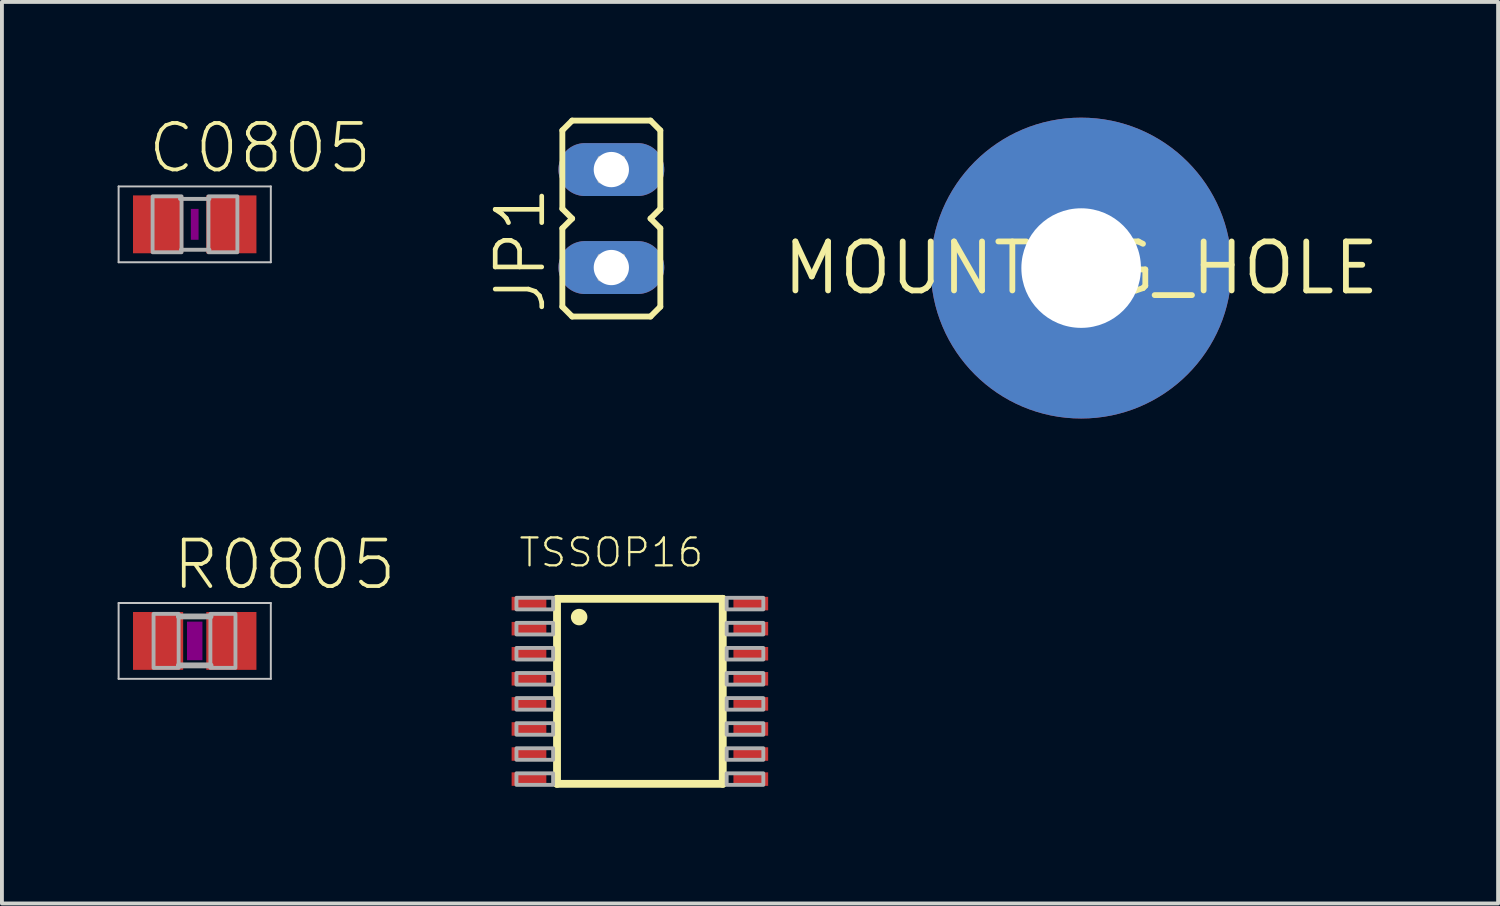
<source format=kicad_pcb>
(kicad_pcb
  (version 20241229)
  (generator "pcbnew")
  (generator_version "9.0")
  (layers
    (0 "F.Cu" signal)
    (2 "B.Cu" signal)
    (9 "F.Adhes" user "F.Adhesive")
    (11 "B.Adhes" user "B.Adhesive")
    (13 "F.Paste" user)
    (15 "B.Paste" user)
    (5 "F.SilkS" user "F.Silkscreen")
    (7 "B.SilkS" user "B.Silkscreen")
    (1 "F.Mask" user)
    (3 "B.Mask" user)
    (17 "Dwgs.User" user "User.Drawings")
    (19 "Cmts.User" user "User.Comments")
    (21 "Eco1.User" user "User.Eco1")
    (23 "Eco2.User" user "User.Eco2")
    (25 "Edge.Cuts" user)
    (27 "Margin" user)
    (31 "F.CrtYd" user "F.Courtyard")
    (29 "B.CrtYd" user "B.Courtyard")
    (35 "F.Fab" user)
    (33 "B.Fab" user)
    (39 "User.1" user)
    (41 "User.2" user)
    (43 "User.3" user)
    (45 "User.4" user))
  (footprint "JP1"
    (layer "F.Cu")
    (at 12.799 2.616)
    (property "Reference" "JP1" (at -1.651 2.54 270) (layer "F.SilkS") (effects (font (size 1.206 1.206) (thickness 0.121)) (justify left bottom)))
    (attr through_hole)
    (fp_line (start -1.27 -2.286) (end -1.27 -0.254) (stroke (width 0.152) (type solid)) (layer "F.SilkS"))
    (fp_line (start -1.27 -2.286) (end -1.016 -2.54) (stroke (width 0.152) (type solid)) (layer "F.SilkS"))
    (fp_line (start -1.27 0.254) (end -1.27 2.286) (stroke (width 0.152) (type solid)) (layer "F.SilkS"))
    (fp_line (start -1.016 0) (end -1.27 -0.254) (stroke (width 0.152) (type solid)) (layer "F.SilkS"))
    (fp_line (start -1.016 0) (end -1.27 0.254) (stroke (width 0.152) (type solid)) (layer "F.SilkS"))
    (fp_line (start -1.016 2.54) (end -1.27 2.286) (stroke (width 0.152) (type solid)) (layer "F.SilkS"))
    (fp_line (start -1.016 2.54) (end 1.016 2.54) (stroke (width 0.152) (type solid)) (layer "F.SilkS"))
    (fp_line (start 1.016 -2.54) (end -1.016 -2.54) (stroke (width 0.152) (type solid)) (layer "F.SilkS"))
    (fp_line (start 1.016 0) (end 1.27 -0.254) (stroke (width 0.152) (type solid)) (layer "F.SilkS"))
    (fp_line (start 1.016 0) (end 1.27 0.254) (stroke (width 0.152) (type solid)) (layer "F.SilkS"))
    (fp_line (start 1.016 2.54) (end 1.27 2.286) (stroke (width 0.152) (type solid)) (layer "F.SilkS"))
    (fp_line (start 1.27 -2.286) (end 1.016 -2.54) (stroke (width 0.152) (type solid)) (layer "F.SilkS"))
    (fp_line (start 1.27 -2.286) (end 1.27 -0.254) (stroke (width 0.152) (type solid)) (layer "F.SilkS"))
    (fp_line (start 1.27 0.254) (end 1.27 2.286) (stroke (width 0.152) (type solid)) (layer "F.SilkS"))
    (fp_poly (pts (xy -0.305 -0.965) (xy 0.305 -0.965) (xy 0.305 -1.575) (xy -0.305 -1.575)) (stroke (width 0.1) (type solid)) (fill no) (layer "F.Fab"))
    (fp_poly (pts (xy -0.305 1.575) (xy 0.305 1.575) (xy 0.305 0.965) (xy -0.305 0.965)) (stroke (width 0.1) (type solid)) (fill no) (layer "F.Fab"))
    (pad "1" thru_hole oval (at 0 1.27) (size 2.743 1.372) (drill 0.914) (layers "*.Cu" "*.Mask"))
    (pad "2" thru_hole oval (at 0 -1.27) (size 2.743 1.372) (drill 0.914) (layers "*.Cu" "*.Mask")))
  (footprint "R0805"
    (layer "F.Cu")
    (at 1.998 13.566)
    (property "Reference" "R0805" (at -0.635 -1.27 180) (layer "F.SilkS") (effects (font (size 1.206 1.206) (thickness 0.097)) (justify left bottom)))
    (attr through_hole)
    (fp_poly (pts (xy -0.2 0.5) (xy 0.2 0.5) (xy 0.2 -0.5) (xy -0.2 -0.5)) (stroke (width 0) (type solid)) (fill yes) (layer "F.Adhes"))
    (fp_line (start -1.973 -0.983) (end 1.973 -0.983) (stroke (width 0.051) (type solid)) (layer "Dwgs.User"))
    (fp_line (start -1.973 0.983) (end -1.973 -0.983) (stroke (width 0.051) (type solid)) (layer "Dwgs.User"))
    (fp_line (start 1.973 -0.983) (end 1.973 0.983) (stroke (width 0.051) (type solid)) (layer "Dwgs.User"))
    (fp_line (start 1.973 0.983) (end -1.973 0.983) (stroke (width 0.051) (type solid)) (layer "Dwgs.User"))
    (fp_line (start -0.41 -0.635) (end 0.41 -0.635) (stroke (width 0.152) (type solid)) (layer "F.Fab"))
    (fp_line (start -0.41 0.635) (end 0.41 0.635) (stroke (width 0.152) (type solid)) (layer "F.Fab"))
    (fp_poly (pts (xy -1.067 0.699) (xy -0.417 0.699) (xy -0.417 -0.702) (xy -1.067 -0.702)) (stroke (width 0.1) (type solid)) (fill no) (layer "F.Fab"))
    (fp_poly (pts (xy 0.406 0.699) (xy 1.056 0.699) (xy 1.056 -0.702) (xy 0.406 -0.702)) (stroke (width 0.1) (type solid)) (fill no) (layer "F.Fab"))
    (pad "1" smd rect (at -0.95 0) (size 1.3 1.5) (layers "F.Cu" "F.Mask" "F.Paste"))
    (pad "2" smd rect (at 0.95 0) (size 1.3 1.5) (layers "F.Cu" "F.Mask" "F.Paste")))
  (footprint "TSSOP16"
    (layer "F.Cu")
    (at 13.539 14.873)
    (property "Reference" "TSSOP16" (at -3.175 -3.175 180) (layer "F.SilkS") (effects (font (size 0.724 0.724) (thickness 0.058)) (justify left bottom)))
    (attr through_hole)
    (fp_line (start -2.148 -2.398) (end -2.148 2.398) (stroke (width 0.203) (type solid)) (layer "F.SilkS"))
    (fp_line (start -2.148 2.398) (end 2.148 2.398) (stroke (width 0.203) (type solid)) (layer "F.SilkS"))
    (fp_line (start 2.148 -2.398) (end -2.148 -2.398) (stroke (width 0.203) (type solid)) (layer "F.SilkS"))
    (fp_line (start 2.148 2.398) (end 2.148 -2.398) (stroke (width 0.203) (type solid)) (layer "F.SilkS"))
    (fp_circle (center -1.575 -1.925) (end -1.468 -1.925) (stroke (width 0.214) (type solid)) (fill no) (layer "F.SilkS"))
    (fp_poly (pts (xy -3.2 -2.125) (xy -2.25 -2.125) (xy -2.25 -2.425) (xy -3.2 -2.425)) (stroke (width 0.1) (type solid)) (fill no) (layer "F.Fab"))
    (fp_poly (pts (xy -3.2 -1.475) (xy -2.25 -1.475) (xy -2.25 -1.775) (xy -3.2 -1.775)) (stroke (width 0.1) (type solid)) (fill no) (layer "F.Fab"))
    (fp_poly (pts (xy -3.2 -0.825) (xy -2.25 -0.825) (xy -2.25 -1.125) (xy -3.2 -1.125)) (stroke (width 0.1) (type solid)) (fill no) (layer "F.Fab"))
    (fp_poly (pts (xy -3.2 -0.175) (xy -2.25 -0.175) (xy -2.25 -0.475) (xy -3.2 -0.475)) (stroke (width 0.1) (type solid)) (fill no) (layer "F.Fab"))
    (fp_poly (pts (xy -3.2 0.475) (xy -2.25 0.475) (xy -2.25 0.175) (xy -3.2 0.175)) (stroke (width 0.1) (type solid)) (fill no) (layer "F.Fab"))
    (fp_poly (pts (xy -3.2 1.125) (xy -2.25 1.125) (xy -2.25 0.825) (xy -3.2 0.825)) (stroke (width 0.1) (type solid)) (fill no) (layer "F.Fab"))
    (fp_poly (pts (xy -3.2 1.775) (xy -2.25 1.775) (xy -2.25 1.475) (xy -3.2 1.475)) (stroke (width 0.1) (type solid)) (fill no) (layer "F.Fab"))
    (fp_poly (pts (xy -3.2 2.425) (xy -2.25 2.425) (xy -2.25 2.125) (xy -3.2 2.125)) (stroke (width 0.1) (type solid)) (fill no) (layer "F.Fab"))
    (fp_poly (pts (xy 3.2 -2.425) (xy 2.25 -2.425) (xy 2.25 -2.125) (xy 3.2 -2.125)) (stroke (width 0.1) (type solid)) (fill no) (layer "F.Fab"))
    (fp_poly (pts (xy 3.2 -1.775) (xy 2.25 -1.775) (xy 2.25 -1.475) (xy 3.2 -1.475)) (stroke (width 0.1) (type solid)) (fill no) (layer "F.Fab"))
    (fp_poly (pts (xy 3.2 -1.125) (xy 2.25 -1.125) (xy 2.25 -0.825) (xy 3.2 -0.825)) (stroke (width 0.1) (type solid)) (fill no) (layer "F.Fab"))
    (fp_poly (pts (xy 3.2 -0.475) (xy 2.25 -0.475) (xy 2.25 -0.175) (xy 3.2 -0.175)) (stroke (width 0.1) (type solid)) (fill no) (layer "F.Fab"))
    (fp_poly (pts (xy 3.2 0.175) (xy 2.25 0.175) (xy 2.25 0.475) (xy 3.2 0.475)) (stroke (width 0.1) (type solid)) (fill no) (layer "F.Fab"))
    (fp_poly (pts (xy 3.2 0.825) (xy 2.25 0.825) (xy 2.25 1.125) (xy 3.2 1.125)) (stroke (width 0.1) (type solid)) (fill no) (layer "F.Fab"))
    (fp_poly (pts (xy 3.2 1.475) (xy 2.25 1.475) (xy 2.25 1.775) (xy 3.2 1.775)) (stroke (width 0.1) (type solid)) (fill no) (layer "F.Fab"))
    (fp_poly (pts (xy 3.2 2.125) (xy 2.25 2.125) (xy 2.25 2.425) (xy 3.2 2.425)) (stroke (width 0.1) (type solid)) (fill no) (layer "F.Fab"))
    (pad "1" smd rect (at -2.875 -2.275) (size 0.9 0.35) (layers "F.Cu" "F.Mask" "F.Paste"))
    (pad "2" smd rect (at -2.875 -1.625) (size 0.9 0.35) (layers "F.Cu" "F.Mask" "F.Paste"))
    (pad "3" smd rect (at -2.875 -0.975) (size 0.9 0.35) (layers "F.Cu" "F.Mask" "F.Paste"))
    (pad "4" smd rect (at -2.875 -0.325) (size 0.9 0.35) (layers "F.Cu" "F.Mask" "F.Paste"))
    (pad "5" smd rect (at -2.875 0.325) (size 0.9 0.35) (layers "F.Cu" "F.Mask" "F.Paste"))
    (pad "6" smd rect (at -2.875 0.975) (size 0.9 0.35) (layers "F.Cu" "F.Mask" "F.Paste"))
    (pad "7" smd rect (at -2.875 1.625) (size 0.9 0.35) (layers "F.Cu" "F.Mask" "F.Paste"))
    (pad "8" smd rect (at -2.875 2.275) (size 0.9 0.35) (layers "F.Cu" "F.Mask" "F.Paste"))
    (pad "9" smd rect (at 2.875 2.275 180) (size 0.9 0.35) (layers "F.Cu" "F.Mask" "F.Paste"))
    (pad "10" smd rect (at 2.875 1.625 180) (size 0.9 0.35) (layers "F.Cu" "F.Mask" "F.Paste"))
    (pad "11" smd rect (at 2.875 0.975 180) (size 0.9 0.35) (layers "F.Cu" "F.Mask" "F.Paste"))
    (pad "12" smd rect (at 2.875 0.325 180) (size 0.9 0.35) (layers "F.Cu" "F.Mask" "F.Paste"))
    (pad "13" smd rect (at 2.875 -0.325 180) (size 0.9 0.35) (layers "F.Cu" "F.Mask" "F.Paste"))
    (pad "14" smd rect (at 2.875 -0.975 180) (size 0.9 0.35) (layers "F.Cu" "F.Mask" "F.Paste"))
    (pad "15" smd rect (at 2.875 -1.625 180) (size 0.9 0.35) (layers "F.Cu" "F.Mask" "F.Paste"))
    (pad "16" smd rect (at 2.875 -2.275 180) (size 0.9 0.35) (layers "F.Cu" "F.Mask" "F.Paste")))
  (footprint "MOUNTING_HOLE"
    (layer "F.Cu")
    (at 24.979 3.9)
    (property "Reference" "MOUNTING_HOLE" (at 0 0 0) (layer "F.SilkS") (effects (font (size 1.27 1.27) (thickness 0.15))))
    (attr through_hole)
    (pad "P$1" thru_hole circle (at 0 0) (size 7.8 7.8) (drill 3.1) (layers "*.Cu" "*.Mask")))
  (footprint "C0805"
    (layer "F.Cu")
    (at 1.998 2.766)
    (property "Reference" "C0805" (at -1.27 -1.27 0) (layer "F.SilkS") (effects (font (size 1.206 1.206) (thickness 0.097)) (justify left bottom)))
    (attr through_hole)
    (fp_poly (pts (xy -0.1 0.4) (xy 0.1 0.4) (xy 0.1 -0.4) (xy -0.1 -0.4)) (stroke (width 0) (type solid)) (fill yes) (layer "F.Adhes"))
    (fp_line (start -1.973 -0.983) (end 1.973 -0.983) (stroke (width 0.051) (type solid)) (layer "Dwgs.User"))
    (fp_line (start -1.973 0.983) (end -1.973 -0.983) (stroke (width 0.051) (type solid)) (layer "Dwgs.User"))
    (fp_line (start 1.973 -0.983) (end 1.973 0.983) (stroke (width 0.051) (type solid)) (layer "Dwgs.User"))
    (fp_line (start 1.973 0.983) (end -1.973 0.983) (stroke (width 0.051) (type solid)) (layer "Dwgs.User"))
    (fp_line (start -0.381 -0.66) (end 0.381 -0.66) (stroke (width 0.102) (type solid)) (layer "F.Fab"))
    (fp_line (start -0.356 0.66) (end 0.381 0.66) (stroke (width 0.102) (type solid)) (layer "F.Fab"))
    (fp_poly (pts (xy -1.092 0.724) (xy -0.342 0.724) (xy -0.342 -0.726) (xy -1.092 -0.726)) (stroke (width 0.1) (type solid)) (fill no) (layer "F.Fab"))
    (fp_poly (pts (xy 0.356 0.724) (xy 1.106 0.724) (xy 1.106 -0.726) (xy 0.356 -0.726)) (stroke (width 0.1) (type solid)) (fill no) (layer "F.Fab"))
    (pad "1" smd rect (at -0.95 0) (size 1.3 1.5) (layers "F.Cu" "F.Mask" "F.Paste"))
    (pad "2" smd rect (at 0.95 0) (size 1.3 1.5) (layers "F.Cu" "F.Mask" "F.Paste")))
  (gr_rect
    (start -3 -3)
    (end 35.788 20.373)
    (stroke (width 0.1) (type default))
    (fill no)
    (layer "Edge.Cuts")))
</source>
